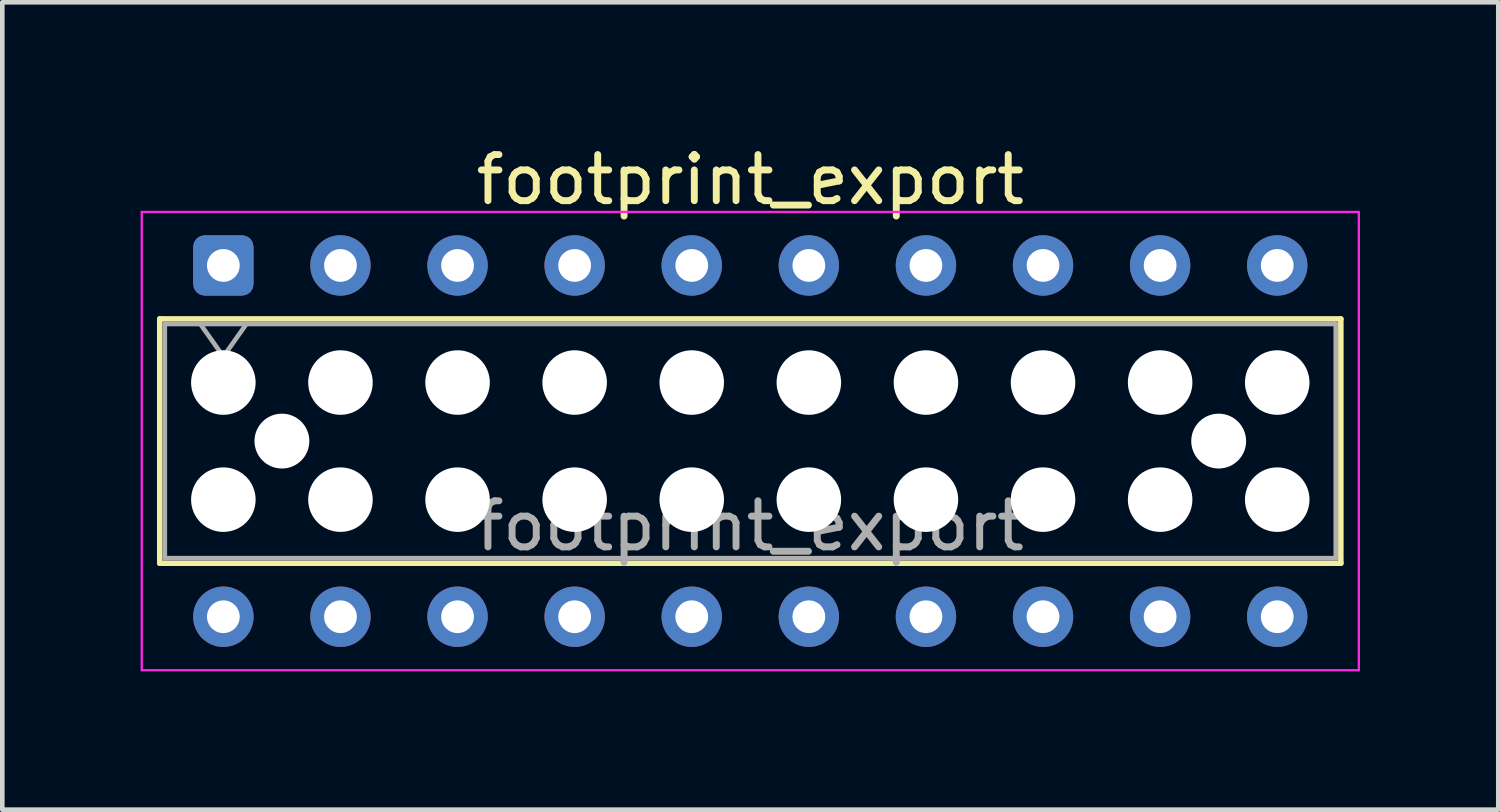
<source format=kicad_pcb>
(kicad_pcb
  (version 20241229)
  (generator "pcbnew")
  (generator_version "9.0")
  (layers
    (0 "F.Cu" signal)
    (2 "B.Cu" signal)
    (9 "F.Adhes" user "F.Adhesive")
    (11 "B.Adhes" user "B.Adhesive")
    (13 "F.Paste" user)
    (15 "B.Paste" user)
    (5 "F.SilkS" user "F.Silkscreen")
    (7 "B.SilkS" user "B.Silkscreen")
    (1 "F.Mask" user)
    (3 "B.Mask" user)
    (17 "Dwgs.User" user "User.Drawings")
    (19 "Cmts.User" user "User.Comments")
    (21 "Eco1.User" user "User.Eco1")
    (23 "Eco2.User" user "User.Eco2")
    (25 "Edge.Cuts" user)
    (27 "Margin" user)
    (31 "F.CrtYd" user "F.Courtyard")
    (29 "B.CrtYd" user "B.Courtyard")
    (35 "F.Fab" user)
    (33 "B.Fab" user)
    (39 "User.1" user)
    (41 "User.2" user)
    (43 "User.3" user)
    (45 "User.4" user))
  (footprint "footprint_export"
    (layer "F.Cu")
    (at 1.795 2.708)
    (property "Reference" "footprint_export" (at 11.43 -1.86 0) (layer "F.SilkS") (effects (font (size 1 1) (thickness 0.15))))
    (attr through_hole)
    (fp_line (start -1.38 1.16) (end 24.24 1.16) (stroke (width 0.12) (type solid)) (layer "F.SilkS"))
    (fp_line (start -1.38 6.46) (end -1.38 1.16) (stroke (width 0.12) (type solid)) (layer "F.SilkS"))
    (fp_line (start 24.24 1.16) (end 24.24 6.46) (stroke (width 0.12) (type solid)) (layer "F.SilkS"))
    (fp_line (start 24.24 6.46) (end -1.38 6.46) (stroke (width 0.12) (type solid)) (layer "F.SilkS"))
    (fp_line (start -1.77 -1.16) (end 24.63 -1.16) (stroke (width 0.05) (type solid)) (layer "F.CrtYd"))
    (fp_line (start -1.77 8.78) (end -1.77 -1.16) (stroke (width 0.05) (type solid)) (layer "F.CrtYd"))
    (fp_line (start 24.63 -1.16) (end 24.63 8.78) (stroke (width 0.05) (type solid)) (layer "F.CrtYd"))
    (fp_line (start 24.63 8.78) (end -1.77 8.78) (stroke (width 0.05) (type solid)) (layer "F.CrtYd"))
    (fp_line (start -1.27 1.27) (end 24.13 1.27) (stroke (width 0.1) (type solid)) (layer "F.Fab"))
    (fp_line (start -1.27 6.35) (end -1.27 1.27) (stroke (width 0.1) (type solid)) (layer "F.Fab"))
    (fp_line (start -0.5 1.27) (end 0 1.977) (stroke (width 0.1) (type solid)) (layer "F.Fab"))
    (fp_line (start 0 1.977) (end 0.5 1.27) (stroke (width 0.1) (type solid)) (layer "F.Fab"))
    (fp_line (start 24.13 1.27) (end 24.13 6.35) (stroke (width 0.1) (type solid)) (layer "F.Fab"))
    (fp_line (start 24.13 6.35) (end -1.27 6.35) (stroke (width 0.1) (type solid)) (layer "F.Fab"))
    (fp_text user "${REFERENCE}" (at 11.43 5.65 0) (layer "F.Fab") (effects (font (size 1 1) (thickness 0.15))))
    (pad "" np_thru_hole circle (at 0 2.54) (size 1.4 1.4) (drill 1.4) (layers "*.Cu" "*.Mask"))
    (pad "" np_thru_hole circle (at 0 5.08) (size 1.4 1.4) (drill 1.4) (layers "*.Cu" "*.Mask"))
    (pad "" np_thru_hole circle (at 1.27 3.81) (size 1.19 1.19) (drill 1.19) (layers "*.Cu" "*.Mask"))
    (pad "" np_thru_hole circle (at 2.54 2.54) (size 1.4 1.4) (drill 1.4) (layers "*.Cu" "*.Mask"))
    (pad "" np_thru_hole circle (at 2.54 5.08) (size 1.4 1.4) (drill 1.4) (layers "*.Cu" "*.Mask"))
    (pad "" np_thru_hole circle (at 5.08 2.54) (size 1.4 1.4) (drill 1.4) (layers "*.Cu" "*.Mask"))
    (pad "" np_thru_hole circle (at 5.08 5.08) (size 1.4 1.4) (drill 1.4) (layers "*.Cu" "*.Mask"))
    (pad "" np_thru_hole circle (at 7.62 2.54) (size 1.4 1.4) (drill 1.4) (layers "*.Cu" "*.Mask"))
    (pad "" np_thru_hole circle (at 7.62 5.08) (size 1.4 1.4) (drill 1.4) (layers "*.Cu" "*.Mask"))
    (pad "" np_thru_hole circle (at 10.16 2.54) (size 1.4 1.4) (drill 1.4) (layers "*.Cu" "*.Mask"))
    (pad "" np_thru_hole circle (at 10.16 5.08) (size 1.4 1.4) (drill 1.4) (layers "*.Cu" "*.Mask"))
    (pad "" np_thru_hole circle (at 12.7 2.54) (size 1.4 1.4) (drill 1.4) (layers "*.Cu" "*.Mask"))
    (pad "" np_thru_hole circle (at 12.7 5.08) (size 1.4 1.4) (drill 1.4) (layers "*.Cu" "*.Mask"))
    (pad "" np_thru_hole circle (at 15.24 2.54) (size 1.4 1.4) (drill 1.4) (layers "*.Cu" "*.Mask"))
    (pad "" np_thru_hole circle (at 15.24 5.08) (size 1.4 1.4) (drill 1.4) (layers "*.Cu" "*.Mask"))
    (pad "" np_thru_hole circle (at 17.78 2.54) (size 1.4 1.4) (drill 1.4) (layers "*.Cu" "*.Mask"))
    (pad "" np_thru_hole circle (at 17.78 5.08) (size 1.4 1.4) (drill 1.4) (layers "*.Cu" "*.Mask"))
    (pad "" np_thru_hole circle (at 20.32 2.54) (size 1.4 1.4) (drill 1.4) (layers "*.Cu" "*.Mask"))
    (pad "" np_thru_hole circle (at 20.32 5.08) (size 1.4 1.4) (drill 1.4) (layers "*.Cu" "*.Mask"))
    (pad "" np_thru_hole circle (at 21.59 3.81) (size 1.19 1.19) (drill 1.19) (layers "*.Cu" "*.Mask"))
    (pad "" np_thru_hole circle (at 22.86 2.54) (size 1.4 1.4) (drill 1.4) (layers "*.Cu" "*.Mask"))
    (pad "" np_thru_hole circle (at 22.86 5.08) (size 1.4 1.4) (drill 1.4) (layers "*.Cu" "*.Mask"))
    (pad "1" thru_hole roundrect (at 0 0) (size 1.31 1.31) (drill 0.71) (layers "*.Cu" "*.Mask") (roundrect_rratio 0.191))
    (pad "2" thru_hole circle (at 0 7.62) (size 1.31 1.31) (drill 0.71) (layers "*.Cu" "*.Mask"))
    (pad "3" thru_hole circle (at 2.54 0) (size 1.31 1.31) (drill 0.71) (layers "*.Cu" "*.Mask"))
    (pad "4" thru_hole circle (at 2.54 7.62) (size 1.31 1.31) (drill 0.71) (layers "*.Cu" "*.Mask"))
    (pad "5" thru_hole circle (at 5.08 0) (size 1.31 1.31) (drill 0.71) (layers "*.Cu" "*.Mask"))
    (pad "6" thru_hole circle (at 5.08 7.62) (size 1.31 1.31) (drill 0.71) (layers "*.Cu" "*.Mask"))
    (pad "7" thru_hole circle (at 7.62 0) (size 1.31 1.31) (drill 0.71) (layers "*.Cu" "*.Mask"))
    (pad "8" thru_hole circle (at 7.62 7.62) (size 1.31 1.31) (drill 0.71) (layers "*.Cu" "*.Mask"))
    (pad "9" thru_hole circle (at 10.16 0) (size 1.31 1.31) (drill 0.71) (layers "*.Cu" "*.Mask"))
    (pad "10" thru_hole circle (at 10.16 7.62) (size 1.31 1.31) (drill 0.71) (layers "*.Cu" "*.Mask"))
    (pad "11" thru_hole circle (at 12.7 0) (size 1.31 1.31) (drill 0.71) (layers "*.Cu" "*.Mask"))
    (pad "12" thru_hole circle (at 12.7 7.62) (size 1.31 1.31) (drill 0.71) (layers "*.Cu" "*.Mask"))
    (pad "13" thru_hole circle (at 15.24 0) (size 1.31 1.31) (drill 0.71) (layers "*.Cu" "*.Mask"))
    (pad "14" thru_hole circle (at 15.24 7.62) (size 1.31 1.31) (drill 0.71) (layers "*.Cu" "*.Mask"))
    (pad "15" thru_hole circle (at 17.78 0) (size 1.31 1.31) (drill 0.71) (layers "*.Cu" "*.Mask"))
    (pad "16" thru_hole circle (at 17.78 7.62) (size 1.31 1.31) (drill 0.71) (layers "*.Cu" "*.Mask"))
    (pad "17" thru_hole circle (at 20.32 0) (size 1.31 1.31) (drill 0.71) (layers "*.Cu" "*.Mask"))
    (pad "18" thru_hole circle (at 20.32 7.62) (size 1.31 1.31) (drill 0.71) (layers "*.Cu" "*.Mask"))
    (pad "19" thru_hole circle (at 22.86 0) (size 1.31 1.31) (drill 0.71) (layers "*.Cu" "*.Mask"))
    (pad "20" thru_hole circle (at 22.86 7.62) (size 1.31 1.31) (drill 0.71) (layers "*.Cu" "*.Mask")))
  (gr_rect
    (start -3 -3)
    (end 29.45 14.513)
    (stroke (width 0.1) (type default))
    (fill no)
    (layer "Edge.Cuts")))
</source>
